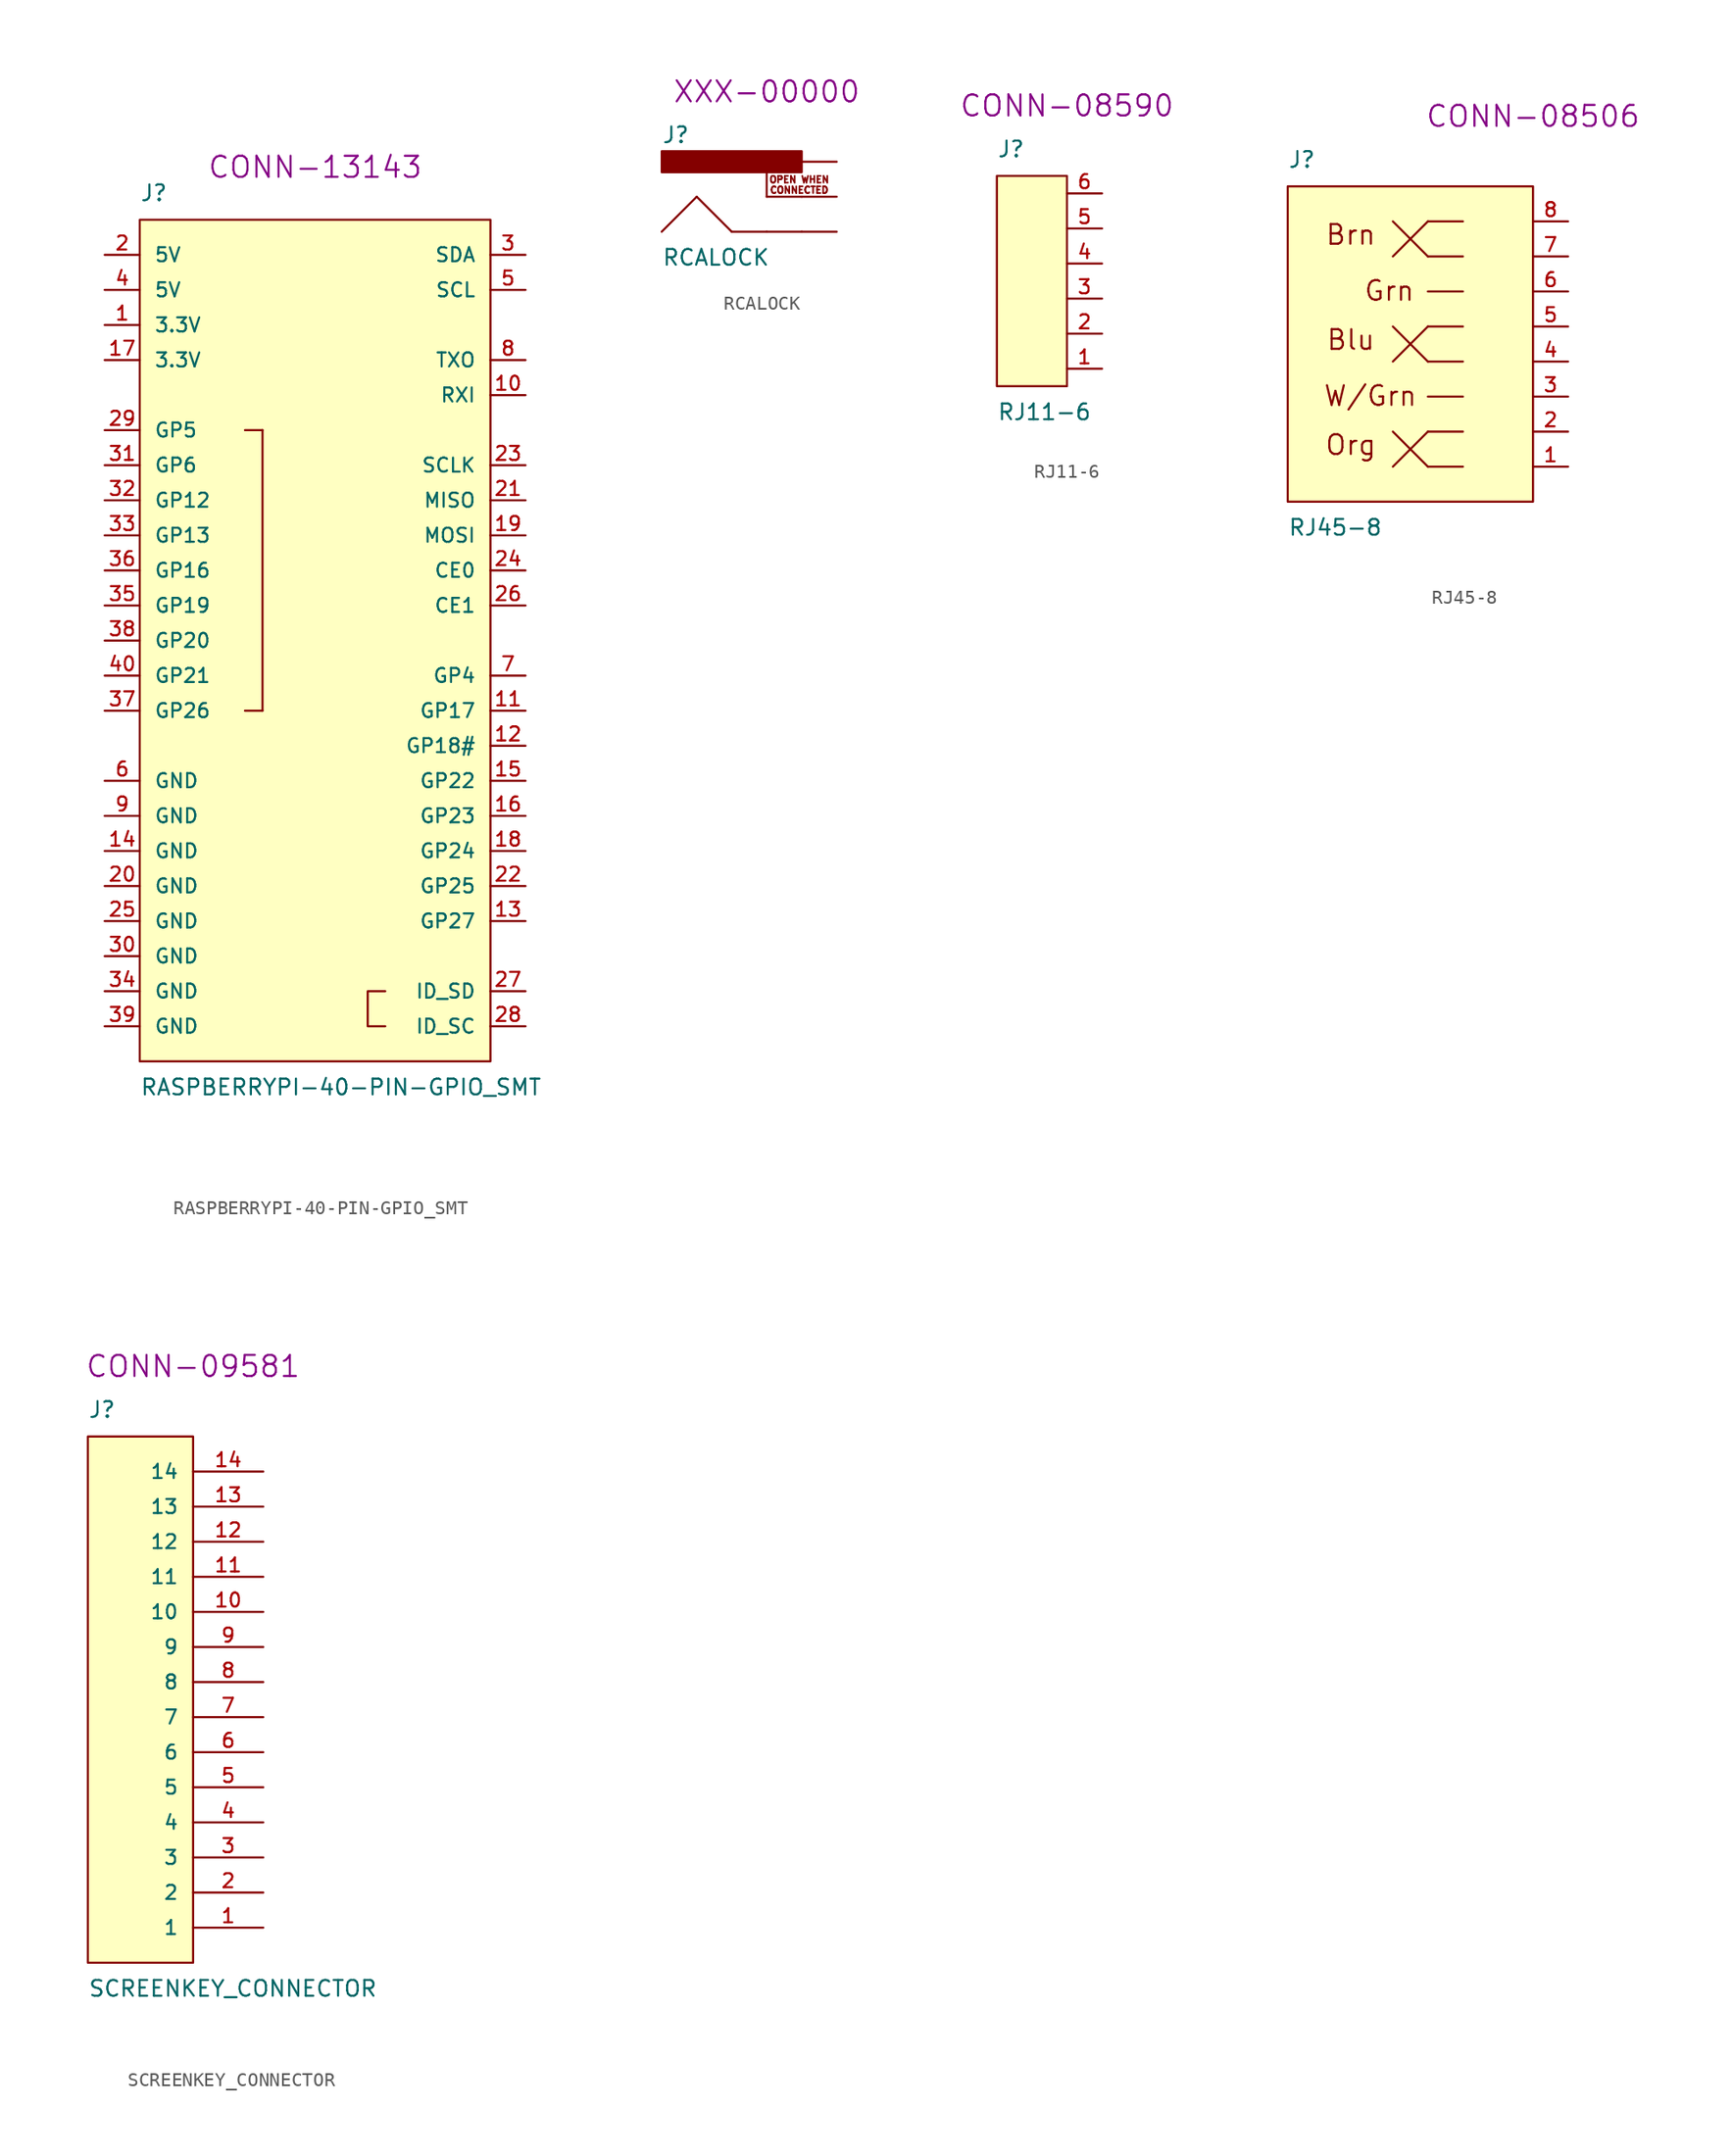
<source format=kicad_sym>
(kicad_symbol_lib
  (version 20201005)
  (generator kicad_symbol_editor)
  (symbol "RASPBERRYPI-40-PIN-GPIO_SMT"
    (pin_names
      (offset 1.016))
    (property "Reference" "J"
      (at -12.7 31.75 0)
      (effects (font (size 1.143 1.143)) (justify left bottom)))
    (property "Value" "RASPBERRYPI-40-PIN-GPIO_SMT"
      (at -12.7 -33.02 0)
      (effects (font (size 1.143 1.143)) (justify left bottom)))
    (property "Field4" "CONN-13143"
      (at 0 34.29 0)
      (effects (font (size 1.524 1.524))))
    (property "ki_locked" ""
      (at 0 0 0)
      (effects (font (size 1.27 1.27))))
    (symbol "RASPBERRYPI-40-PIN-GPIO_SMT_0_1"
      (polyline (pts (xy -3.81 -5.08) (xy -5.08 -5.08)) (stroke (width 0)) (fill (type none)))
      (polyline (pts (xy -3.81 15.24) (xy -5.08 15.24)) (stroke (width 0)) (fill (type none)))
      (polyline (pts (xy 5.08 -25.4) (xy 3.81 -25.4) (xy 3.81 -27.94) (xy 5.08 -27.94)) (stroke (width 0)) (fill (type none))))
    (symbol "RASPBERRYPI-40-PIN-GPIO_SMT_1_0"
      (polyline (pts (xy -3.81 15.24) (xy -3.81 -5.08)) (stroke (width 0)) (fill (type none))))
    (symbol "RASPBERRYPI-40-PIN-GPIO_SMT_1_1"
      (polyline (pts (xy -12.7 30.48) (xy 12.7 30.48) (xy 12.7 -30.48) (xy -12.7 -30.48) (xy -12.7 30.48)) (stroke (width 0)) (fill (type background)))
      (pin power_in line (at -15.24 22.86 0) (length 2.54) (name "3.3V" (effects (font (size 1.016 1.016)))) (number "1" (effects (font (size 1.016 1.016)))))
      (pin power_in line (at -15.24 27.94 0) (length 2.54) (name "5V" (effects (font (size 1.016 1.016)))) (number "2" (effects (font (size 1.016 1.016)))))
      (pin bidirectional line (at 15.24 27.94 180) (length 2.54) (name "SDA" (effects (font (size 1.016 1.016)))) (number "3" (effects (font (size 1.016 1.016)))))
      (pin power_in line (at -15.24 25.4 0) (length 2.54) (name "5V" (effects (font (size 1.016 1.016)))) (number "4" (effects (font (size 1.016 1.016)))))
      (pin bidirectional line (at 15.24 25.4 180) (length 2.54) (name "SCL" (effects (font (size 1.016 1.016)))) (number "5" (effects (font (size 1.016 1.016)))))
      (pin power_in line (at -15.24 -10.16 0) (length 2.54) (name "GND" (effects (font (size 1.016 1.016)))) (number "6" (effects (font (size 1.016 1.016)))))
      (pin bidirectional line (at 15.24 -2.54 180) (length 2.54) (name "GP4" (effects (font (size 1.016 1.016)))) (number "7" (effects (font (size 1.016 1.016)))))
      (pin output line (at 15.24 20.32 180) (length 2.54) (name "TXO" (effects (font (size 1.016 1.016)))) (number "8" (effects (font (size 1.016 1.016)))))
      (pin power_in line (at -15.24 -12.7 0) (length 2.54) (name "GND" (effects (font (size 1.016 1.016)))) (number "9" (effects (font (size 1.016 1.016)))))
      (pin input line (at 15.24 17.78 180) (length 2.54) (name "RXI" (effects (font (size 1.016 1.016)))) (number "10" (effects (font (size 1.016 1.016)))))
      (pin power_in line (at -15.24 -17.78 0) (length 2.54) (name "GND" (effects (font (size 1.016 1.016)))) (number "20" (effects (font (size 1.016 1.016)))))
      (pin power_in line (at -15.24 -22.86 0) (length 2.54) (name "GND" (effects (font (size 1.016 1.016)))) (number "30" (effects (font (size 1.016 1.016)))))
      (pin bidirectional line (at -15.24 -2.54 0) (length 2.54) (name "GP21" (effects (font (size 1.016 1.016)))) (number "40" (effects (font (size 1.016 1.016)))))
      (pin bidirectional line (at 15.24 -5.08 180) (length 2.54) (name "GP17" (effects (font (size 1.016 1.016)))) (number "11" (effects (font (size 1.016 1.016)))))
      (pin input line (at 15.24 10.16 180) (length 2.54) (name "MISO" (effects (font (size 1.016 1.016)))) (number "21" (effects (font (size 1.016 1.016)))))
      (pin bidirectional line (at -15.24 12.7 0) (length 2.54) (name "GP6" (effects (font (size 1.016 1.016)))) (number "31" (effects (font (size 1.016 1.016)))))
      (pin bidirectional line (at 15.24 -7.62 180) (length 2.54) (name "GP18#" (effects (font (size 1.016 1.016)))) (number "12" (effects (font (size 1.016 1.016)))))
      (pin bidirectional line (at 15.24 -17.78 180) (length 2.54) (name "GP25" (effects (font (size 1.016 1.016)))) (number "22" (effects (font (size 1.016 1.016)))))
      (pin bidirectional line (at -15.24 10.16 0) (length 2.54) (name "GP12" (effects (font (size 1.016 1.016)))) (number "32" (effects (font (size 1.016 1.016)))))
      (pin bidirectional line (at 15.24 -20.32 180) (length 2.54) (name "GP27" (effects (font (size 1.016 1.016)))) (number "13" (effects (font (size 1.016 1.016)))))
      (pin output line (at 15.24 12.7 180) (length 2.54) (name "SCLK" (effects (font (size 1.016 1.016)))) (number "23" (effects (font (size 1.016 1.016)))))
      (pin bidirectional line (at -15.24 7.62 0) (length 2.54) (name "GP13" (effects (font (size 1.016 1.016)))) (number "33" (effects (font (size 1.016 1.016)))))
      (pin power_in line (at -15.24 -15.24 0) (length 2.54) (name "GND" (effects (font (size 1.016 1.016)))) (number "14" (effects (font (size 1.016 1.016)))))
      (pin output line (at 15.24 5.08 180) (length 2.54) (name "CE0" (effects (font (size 1.016 1.016)))) (number "24" (effects (font (size 1.016 1.016)))))
      (pin power_in line (at -15.24 -25.4 0) (length 2.54) (name "GND" (effects (font (size 1.016 1.016)))) (number "34" (effects (font (size 1.016 1.016)))))
      (pin bidirectional line (at 15.24 -10.16 180) (length 2.54) (name "GP22" (effects (font (size 1.016 1.016)))) (number "15" (effects (font (size 1.016 1.016)))))
      (pin power_in line (at -15.24 -20.32 0) (length 2.54) (name "GND" (effects (font (size 1.016 1.016)))) (number "25" (effects (font (size 1.016 1.016)))))
      (pin bidirectional line (at -15.24 2.54 0) (length 2.54) (name "GP19" (effects (font (size 1.016 1.016)))) (number "35" (effects (font (size 1.016 1.016)))))
      (pin bidirectional line (at 15.24 -12.7 180) (length 2.54) (name "GP23" (effects (font (size 1.016 1.016)))) (number "16" (effects (font (size 1.016 1.016)))))
      (pin output line (at 15.24 2.54 180) (length 2.54) (name "CE1" (effects (font (size 1.016 1.016)))) (number "26" (effects (font (size 1.016 1.016)))))
      (pin bidirectional line (at -15.24 5.08 0) (length 2.54) (name "GP16" (effects (font (size 1.016 1.016)))) (number "36" (effects (font (size 1.016 1.016)))))
      (pin power_in line (at -15.24 20.32 0) (length 2.54) (name "3.3V" (effects (font (size 1.016 1.016)))) (number "17" (effects (font (size 1.016 1.016)))))
      (pin bidirectional line (at 15.24 -25.4 180) (length 2.54) (name "ID_SD" (effects (font (size 1.016 1.016)))) (number "27" (effects (font (size 1.016 1.016)))))
      (pin bidirectional line (at -15.24 -5.08 0) (length 2.54) (name "GP26" (effects (font (size 1.016 1.016)))) (number "37" (effects (font (size 1.016 1.016)))))
      (pin bidirectional line (at 15.24 -15.24 180) (length 2.54) (name "GP24" (effects (font (size 1.016 1.016)))) (number "18" (effects (font (size 1.016 1.016)))))
      (pin bidirectional line (at 15.24 -27.94 180) (length 2.54) (name "ID_SC" (effects (font (size 1.016 1.016)))) (number "28" (effects (font (size 1.016 1.016)))))
      (pin bidirectional line (at -15.24 0 0) (length 2.54) (name "GP20" (effects (font (size 1.016 1.016)))) (number "38" (effects (font (size 1.016 1.016)))))
      (pin output line (at 15.24 7.62 180) (length 2.54) (name "MOSI" (effects (font (size 1.016 1.016)))) (number "19" (effects (font (size 1.016 1.016)))))
      (pin bidirectional line (at -15.24 15.24 0) (length 2.54) (name "GP5" (effects (font (size 1.016 1.016)))) (number "29" (effects (font (size 1.016 1.016)))))
      (pin power_in line (at -15.24 -27.94 0) (length 2.54) (name "GND" (effects (font (size 1.016 1.016)))) (number "39" (effects (font (size 1.016 1.016)))))))
  (symbol "RCALOCK"
    (pin_numbers hide)
    (pin_names
      (offset 1.016) hide)
    (property "Reference" "J"
      (at -7.62 3.81 0)
      (effects (font (size 1.143 1.143)) (justify left bottom)))
    (property "Value" "RCALOCK"
      (at -7.62 -5.08 0)
      (effects (font (size 1.143 1.143)) (justify left bottom)))
    (property "Field4" "XXX-00000"
      (at 0 7.62 0)
      (effects (font (size 1.524 1.524))))
    (property "ki_locked" ""
      (at 0 0 0)
      (effects (font (size 1.27 1.27))))
    (symbol "RCALOCK_1_0"
      (text "CONNECTED" (at 2.362 0.483 0) (effects (font (size 0.483 0.483))))
      (text "OPEN WHEN" (at 2.362 1.245 0) (effects (font (size 0.483 0.483))))
      (polyline (pts (xy -7.62 -2.54) (xy -5.08 0)) (stroke (width 0)) (fill (type none)))
      (polyline (pts (xy -5.08 0) (xy -2.54 -2.54)) (stroke (width 0)) (fill (type none)))
      (polyline (pts (xy -2.54 -2.54) (xy 0 -2.54)) (stroke (width 0)) (fill (type none)))
      (polyline (pts (xy 0 -2.54) (xy 2.54 -2.54)) (stroke (width 0)) (fill (type none)))
      (polyline (pts (xy 0 0) (xy 0 2.54)) (stroke (width 0)) (fill (type none)))
      (polyline (pts (xy 0 0) (xy 2.54 0)) (stroke (width 0)) (fill (type none))))
    (symbol "RCALOCK_1_1"
      (rectangle (start -7.62 1.778) (end 2.54 3.302) (stroke (width 0)) (fill (type outline)))
      (pin bidirectional line (at 5.08 2.54 180) (length 2.54) (name "PIN" (effects (font (size 1.016 1.016)))) (number "PIN" (effects (font (size 1.016 1.016)))))
      (pin bidirectional line (at 5.08 -2.54 180) (length 2.54) (name "SHELL" (effects (font (size 1.016 1.016)))) (number "SHEL" (effects (font (size 1.016 1.016)))))
      (pin bidirectional line (at 5.08 0 180) (length 2.54) (name "SWITCH" (effects (font (size 1.016 1.016)))) (number "SWIT" (effects (font (size 1.016 1.016)))))))
  (symbol "RJ11-6"
    (pin_names
      (offset 1.016) hide)
    (property "Reference" "J"
      (at -5.08 15.24 0)
      (effects (font (size 1.143 1.143)) (justify left bottom)))
    (property "Value" "RJ11-6"
      (at -5.08 -3.81 0)
      (effects (font (size 1.143 1.143)) (justify left bottom)))
    (property "Field4" "CONN-08590"
      (at 0 19.05 0)
      (effects (font (size 1.524 1.524))))
    (symbol "RJ11-6_1_1"
      (rectangle (start 0 -1.27) (end -5.08 13.97) (stroke (width 0)) (fill (type background)))
      (pin passive line (at 2.54 0 180) (length 2.54) (name "1" (effects (font (size 1.016 1.016)))) (number "1" (effects (font (size 1.016 1.016)))))
      (pin passive line (at 2.54 2.54 180) (length 2.54) (name "2" (effects (font (size 1.016 1.016)))) (number "2" (effects (font (size 1.016 1.016)))))
      (pin passive line (at 2.54 5.08 180) (length 2.54) (name "3" (effects (font (size 1.016 1.016)))) (number "3" (effects (font (size 1.016 1.016)))))
      (pin passive line (at 2.54 7.62 180) (length 2.54) (name "4" (effects (font (size 1.016 1.016)))) (number "4" (effects (font (size 1.016 1.016)))))
      (pin passive line (at 2.54 10.16 180) (length 2.54) (name "5" (effects (font (size 1.016 1.016)))) (number "5" (effects (font (size 1.016 1.016)))))
      (pin passive line (at 2.54 12.7 180) (length 2.54) (name "6" (effects (font (size 1.016 1.016)))) (number "6" (effects (font (size 1.016 1.016)))))))
  (symbol "RJ45-8"
    (pin_names
      (offset 1.016) hide)
    (property "Reference" "J"
      (at -17.78 21.59 0)
      (effects (font (size 1.143 1.143)) (justify left bottom)))
    (property "Value" "RJ45-8"
      (at -17.78 -5.08 0)
      (effects (font (size 1.143 1.143)) (justify left bottom)))
    (property "Field4" "CONN-08506"
      (at 0 25.4 0)
      (effects (font (size 1.524 1.524))))
    (symbol "RJ45-8_1_0"
      (text "Blu" (at -13.208 9.195 0) (effects (font (size 1.422 1.422))))
      (text "Brn" (at -13.208 16.815 0) (effects (font (size 1.422 1.422))))
      (text "Grn" (at -10.414 12.751 0) (effects (font (size 1.422 1.422))))
      (text "Org" (at -13.208 1.575 0) (effects (font (size 1.422 1.422))))
      (text "W/Grn" (at -11.786 5.131 0) (effects (font (size 1.422 1.422))))
      (polyline (pts (xy -7.62 0) (xy -10.16 2.54)) (stroke (width 0)) (fill (type none)))
      (polyline (pts (xy -7.62 2.54) (xy -10.16 0)) (stroke (width 0)) (fill (type none)))
      (polyline (pts (xy -7.62 7.62) (xy -10.16 10.16)) (stroke (width 0)) (fill (type none)))
      (polyline (pts (xy -7.62 10.16) (xy -10.16 7.62)) (stroke (width 0)) (fill (type none)))
      (polyline (pts (xy -7.62 15.24) (xy -10.16 17.78)) (stroke (width 0)) (fill (type none)))
      (polyline (pts (xy -7.62 17.78) (xy -10.16 15.24)) (stroke (width 0)) (fill (type none)))
      (polyline (pts (xy -5.08 0) (xy -7.62 0)) (stroke (width 0)) (fill (type none)))
      (polyline (pts (xy -5.08 2.54) (xy -7.62 2.54)) (stroke (width 0)) (fill (type none)))
      (polyline (pts (xy -5.08 5.08) (xy -7.62 5.08)) (stroke (width 0)) (fill (type none)))
      (polyline (pts (xy -5.08 7.62) (xy -7.62 7.62)) (stroke (width 0)) (fill (type none)))
      (polyline (pts (xy -5.08 10.16) (xy -7.62 10.16)) (stroke (width 0)) (fill (type none)))
      (polyline (pts (xy -5.08 12.7) (xy -7.62 12.7)) (stroke (width 0)) (fill (type none)))
      (polyline (pts (xy -5.08 15.24) (xy -7.62 15.24)) (stroke (width 0)) (fill (type none)))
      (polyline (pts (xy -5.08 17.78) (xy -7.62 17.78)) (stroke (width 0)) (fill (type none))))
    (symbol "RJ45-8_1_1"
      (polyline (pts (xy 0 20.32) (xy -17.78 20.32) (xy -17.78 -2.54) (xy 0 -2.54) (xy 0 20.32)) (stroke (width 0)) (fill (type background)))
      (pin bidirectional line (at 2.54 0 180) (length 2.54) (name "1" (effects (font (size 1.016 1.016)))) (number "1" (effects (font (size 1.016 1.016)))))
      (pin bidirectional line (at 2.54 2.54 180) (length 2.54) (name "2" (effects (font (size 1.016 1.016)))) (number "2" (effects (font (size 1.016 1.016)))))
      (pin bidirectional line (at 2.54 5.08 180) (length 2.54) (name "3" (effects (font (size 1.016 1.016)))) (number "3" (effects (font (size 1.016 1.016)))))
      (pin bidirectional line (at 2.54 7.62 180) (length 2.54) (name "4" (effects (font (size 1.016 1.016)))) (number "4" (effects (font (size 1.016 1.016)))))
      (pin bidirectional line (at 2.54 10.16 180) (length 2.54) (name "5" (effects (font (size 1.016 1.016)))) (number "5" (effects (font (size 1.016 1.016)))))
      (pin bidirectional line (at 2.54 12.7 180) (length 2.54) (name "6" (effects (font (size 1.016 1.016)))) (number "6" (effects (font (size 1.016 1.016)))))
      (pin bidirectional line (at 2.54 15.24 180) (length 2.54) (name "7" (effects (font (size 1.016 1.016)))) (number "7" (effects (font (size 1.016 1.016)))))
      (pin bidirectional line (at 2.54 17.78 180) (length 2.54) (name "8" (effects (font (size 1.016 1.016)))) (number "8" (effects (font (size 1.016 1.016)))))))
  (symbol "SCREENKEY_CONNECTOR"
    (pin_names
      (offset 1.016))
    (property "Reference" "J"
      (at -7.62 36.83 0)
      (effects (font (size 1.143 1.143)) (justify left bottom)))
    (property "Value" "SCREENKEY_CONNECTOR"
      (at -7.62 -5.08 0)
      (effects (font (size 1.143 1.143)) (justify left bottom)))
    (property "Field4" "CONN-09581"
      (at 0 40.64 0)
      (effects (font (size 1.524 1.524))))
    (property "ki_locked" ""
      (at 0 0 0)
      (effects (font (size 1.27 1.27))))
    (symbol "SCREENKEY_CONNECTOR_1_1"
      (polyline (pts (xy -7.62 -2.54) (xy 0 -2.54) (xy 0 35.56) (xy -7.62 35.56) (xy -7.62 -2.54)) (stroke (width 0)) (fill (type background)))
      (pin bidirectional line (at 5.08 0 180) (length 5.08) (name "1" (effects (font (size 1.016 1.016)))) (number "1" (effects (font (size 1.016 1.016)))))
      (pin bidirectional line (at 5.08 2.54 180) (length 5.08) (name "2" (effects (font (size 1.016 1.016)))) (number "2" (effects (font (size 1.016 1.016)))))
      (pin bidirectional line (at 5.08 5.08 180) (length 5.08) (name "3" (effects (font (size 1.016 1.016)))) (number "3" (effects (font (size 1.016 1.016)))))
      (pin bidirectional line (at 5.08 7.62 180) (length 5.08) (name "4" (effects (font (size 1.016 1.016)))) (number "4" (effects (font (size 1.016 1.016)))))
      (pin bidirectional line (at 5.08 10.16 180) (length 5.08) (name "5" (effects (font (size 1.016 1.016)))) (number "5" (effects (font (size 1.016 1.016)))))
      (pin bidirectional line (at 5.08 12.7 180) (length 5.08) (name "6" (effects (font (size 1.016 1.016)))) (number "6" (effects (font (size 1.016 1.016)))))
      (pin bidirectional line (at 5.08 15.24 180) (length 5.08) (name "7" (effects (font (size 1.016 1.016)))) (number "7" (effects (font (size 1.016 1.016)))))
      (pin bidirectional line (at 5.08 17.78 180) (length 5.08) (name "8" (effects (font (size 1.016 1.016)))) (number "8" (effects (font (size 1.016 1.016)))))
      (pin bidirectional line (at 5.08 20.32 180) (length 5.08) (name "9" (effects (font (size 1.016 1.016)))) (number "9" (effects (font (size 1.016 1.016)))))
      (pin bidirectional line (at 5.08 22.86 180) (length 5.08) (name "10" (effects (font (size 1.016 1.016)))) (number "10" (effects (font (size 1.016 1.016)))))
      (pin bidirectional line (at 5.08 25.4 180) (length 5.08) (name "11" (effects (font (size 1.016 1.016)))) (number "11" (effects (font (size 1.016 1.016)))))
      (pin bidirectional line (at 5.08 27.94 180) (length 5.08) (name "12" (effects (font (size 1.016 1.016)))) (number "12" (effects (font (size 1.016 1.016)))))
      (pin bidirectional line (at 5.08 30.48 180) (length 5.08) (name "13" (effects (font (size 1.016 1.016)))) (number "13" (effects (font (size 1.016 1.016)))))
      (pin bidirectional line (at 5.08 33.02 180) (length 5.08) (name "14" (effects (font (size 1.016 1.016)))) (number "14" (effects (font (size 1.016 1.016))))))))
</source>
